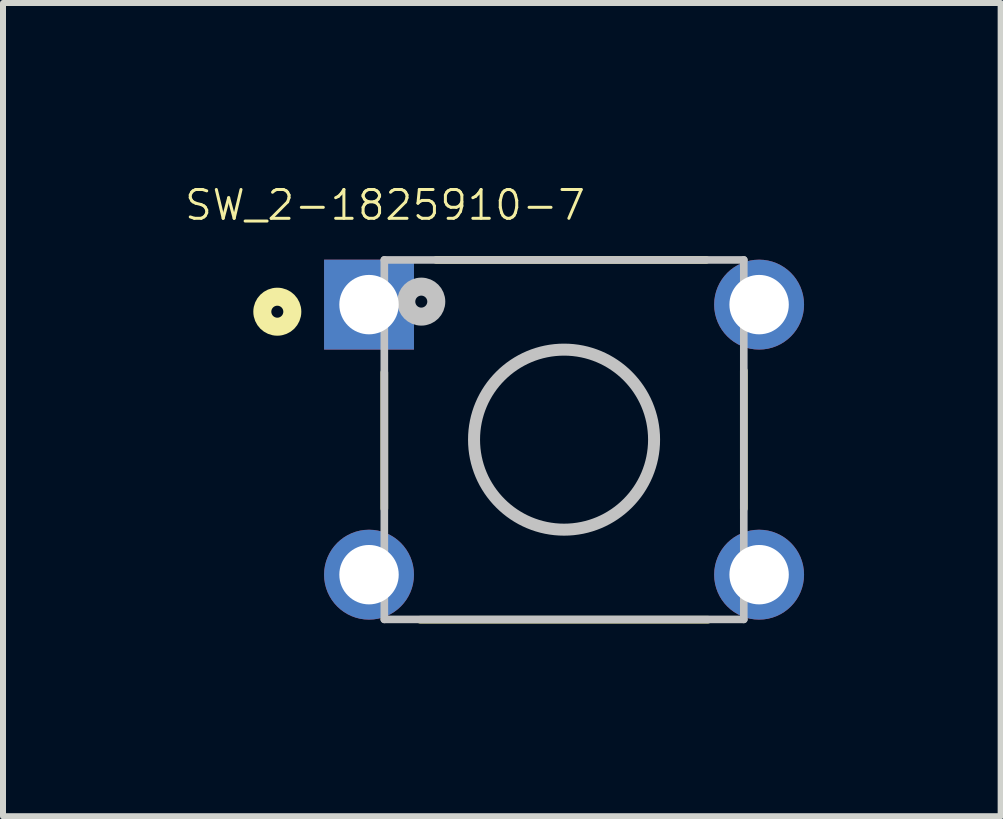
<source format=kicad_pcb>
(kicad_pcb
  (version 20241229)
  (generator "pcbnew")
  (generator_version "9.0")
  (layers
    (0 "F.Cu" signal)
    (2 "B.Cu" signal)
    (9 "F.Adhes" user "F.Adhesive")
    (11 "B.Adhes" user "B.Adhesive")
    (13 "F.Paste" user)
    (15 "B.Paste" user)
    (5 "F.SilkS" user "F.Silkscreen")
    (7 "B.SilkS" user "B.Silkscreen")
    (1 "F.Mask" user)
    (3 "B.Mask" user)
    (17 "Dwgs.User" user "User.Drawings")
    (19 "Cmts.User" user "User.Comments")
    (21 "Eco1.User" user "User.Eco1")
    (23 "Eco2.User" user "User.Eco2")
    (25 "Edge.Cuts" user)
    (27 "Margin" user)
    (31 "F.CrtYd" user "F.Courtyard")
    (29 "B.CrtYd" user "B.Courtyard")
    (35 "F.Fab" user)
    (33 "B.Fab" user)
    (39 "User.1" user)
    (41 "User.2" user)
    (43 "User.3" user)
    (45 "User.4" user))
  (footprint "SW_2-1825910-7"
    (layer "F.Cu")
    (at 6.349 4.276)
    (property "Reference" "SW_2-1825910-7" (at -2.983 -3.908 0) (layer "F.SilkS") (effects (font (size 0.48 0.48) (thickness 0.05))))
    (attr through_hole)
    (fp_line (start -2.995 -1.12) (end -2.995 1.15) (stroke (width 0.127) (type solid)) (layer "F.SilkS"))
    (fp_line (start -2.4 3) (end 2.4 3) (stroke (width 0.127) (type solid)) (layer "F.SilkS"))
    (fp_line (start -2.13 -2.995) (end 2.37 -2.995) (stroke (width 0.127) (type solid)) (layer "F.SilkS"))
    (fp_line (start 2.995 -1.15) (end 2.995 1.15) (stroke (width 0.127) (type solid)) (layer "F.SilkS"))
    (fp_circle (center -4.778 -2.132) (end -4.678 -2.132) (stroke (width 0.3) (type solid)) (fill no) (layer "F.SilkS"))
    (fp_line (start -2.995 -2.995) (end 2.995 -2.995) (stroke (width 0.127) (type solid)) (layer "Dwgs.User"))
    (fp_line (start -2.995 2.995) (end -2.995 -2.995) (stroke (width 0.127) (type solid)) (layer "Dwgs.User"))
    (fp_line (start 2.995 -2.995) (end 2.995 2.995) (stroke (width 0.127) (type solid)) (layer "Dwgs.User"))
    (fp_line (start 2.995 2.995) (end -2.995 2.995) (stroke (width 0.127) (type solid)) (layer "Dwgs.User"))
    (fp_circle (center -2.379 -2.3) (end -2.279 -2.3) (stroke (width 0.3) (type solid)) (fill no) (layer "Dwgs.User"))
    (fp_circle (center 0 0) (end 1.5 0) (stroke (width 0.2) (type solid)) (fill no) (layer "Dwgs.User"))
    (fp_line (start -4.25 -3.25) (end 4.25 -3.25) (stroke (width 0.05) (type solid)) (layer "Eco1.User"))
    (fp_line (start -4.25 3.25) (end -4.25 -3.25) (stroke (width 0.05) (type solid)) (layer "Eco1.User"))
    (fp_line (start 4.25 -3.25) (end 4.25 3.25) (stroke (width 0.05) (type solid)) (layer "Eco1.User"))
    (fp_line (start 4.25 3.25) (end -4.25 3.25) (stroke (width 0.05) (type solid)) (layer "Eco1.User"))
    (pad "1" thru_hole rect (at -3.25 -2.25) (size 1.498 1.498) (drill 0.99) (layers "*.Cu" "*.Mask"))
    (pad "2" thru_hole circle (at -3.25 2.25) (size 1.498 1.498) (drill 0.99) (layers "*.Cu" "*.Mask"))
    (pad "3" thru_hole circle (at 3.25 -2.25) (size 1.498 1.498) (drill 0.99) (layers "*.Cu" "*.Mask"))
    (pad "4" thru_hole circle (at 3.25 2.25) (size 1.498 1.498) (drill 0.99) (layers "*.Cu" "*.Mask")))
  (gr_rect
    (start -3 -3)
    (end 13.624 10.551)
    (stroke (width 0.1) (type default))
    (fill no)
    (layer "Edge.Cuts")))
</source>
